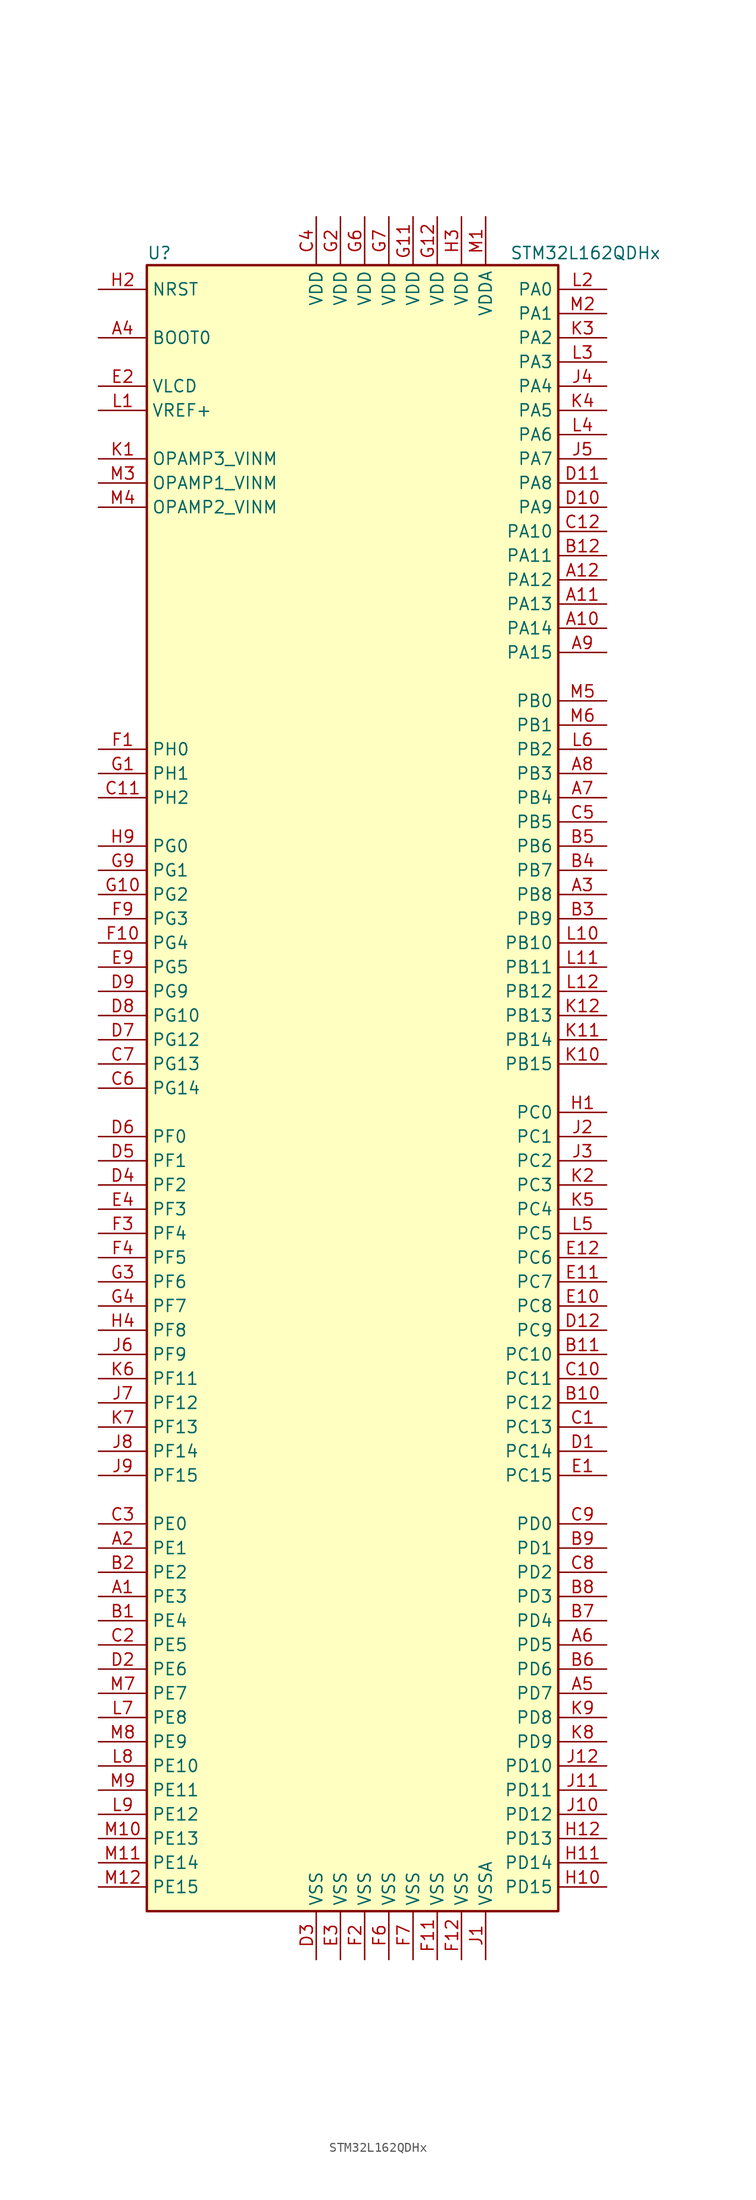
<source format=kicad_sym>
(kicad_symbol_lib
  (version 20201005)
  (generator kicad_symbol_editor)
  (symbol "STM32L162QDHx"
    (property "Reference" "U"
      (at -22.86 87.63 0)
      (effects (font (size 1.27 1.27)) (justify left)))
    (property "Value" "STM32L162QDHx"
      (at 15.24 87.63 0)
      (effects (font (size 1.27 1.27)) (justify left)))
    (symbol "STM32L162QDHx_0_1"
      (rectangle (start -22.86 -86.36) (end 20.32 86.36) (stroke (width 0.254)) (fill (type background))))
    (symbol "STM32L162QDHx_1_1"
      (pin bidirectional line (at -27.94 -53.34 0) (length 5.08) (name "PE3" (effects (font (size 1.27 1.27)))) (number "A1" (effects (font (size 1.27 1.27)))))
      (pin bidirectional line (at 25.4 48.26 180) (length 5.08) (name "PA14" (effects (font (size 1.27 1.27)))) (number "A10" (effects (font (size 1.27 1.27)))))
      (pin bidirectional line (at 25.4 50.8 180) (length 5.08) (name "PA13" (effects (font (size 1.27 1.27)))) (number "A11" (effects (font (size 1.27 1.27)))))
      (pin bidirectional line (at 25.4 53.34 180) (length 5.08) (name "PA12" (effects (font (size 1.27 1.27)))) (number "A12" (effects (font (size 1.27 1.27)))))
      (pin bidirectional line (at -27.94 -48.26 0) (length 5.08) (name "PE1" (effects (font (size 1.27 1.27)))) (number "A2" (effects (font (size 1.27 1.27)))))
      (pin bidirectional line (at 25.4 20.32 180) (length 5.08) (name "PB8" (effects (font (size 1.27 1.27)))) (number "A3" (effects (font (size 1.27 1.27)))))
      (pin input line (at -27.94 78.74 0) (length 5.08) (name "BOOT0" (effects (font (size 1.27 1.27)))) (number "A4" (effects (font (size 1.27 1.27)))))
      (pin bidirectional line (at 25.4 -63.5 180) (length 5.08) (name "PD7" (effects (font (size 1.27 1.27)))) (number "A5" (effects (font (size 1.27 1.27)))))
      (pin bidirectional line (at 25.4 -58.42 180) (length 5.08) (name "PD5" (effects (font (size 1.27 1.27)))) (number "A6" (effects (font (size 1.27 1.27)))))
      (pin bidirectional line (at 25.4 30.48 180) (length 5.08) (name "PB4" (effects (font (size 1.27 1.27)))) (number "A7" (effects (font (size 1.27 1.27)))))
      (pin bidirectional line (at 25.4 33.02 180) (length 5.08) (name "PB3" (effects (font (size 1.27 1.27)))) (number "A8" (effects (font (size 1.27 1.27)))))
      (pin bidirectional line (at 25.4 45.72 180) (length 5.08) (name "PA15" (effects (font (size 1.27 1.27)))) (number "A9" (effects (font (size 1.27 1.27)))))
      (pin bidirectional line (at -27.94 -55.88 0) (length 5.08) (name "PE4" (effects (font (size 1.27 1.27)))) (number "B1" (effects (font (size 1.27 1.27)))))
      (pin bidirectional line (at 25.4 -33.02 180) (length 5.08) (name "PC12" (effects (font (size 1.27 1.27)))) (number "B10" (effects (font (size 1.27 1.27)))))
      (pin bidirectional line (at 25.4 -27.94 180) (length 5.08) (name "PC10" (effects (font (size 1.27 1.27)))) (number "B11" (effects (font (size 1.27 1.27)))))
      (pin bidirectional line (at 25.4 55.88 180) (length 5.08) (name "PA11" (effects (font (size 1.27 1.27)))) (number "B12" (effects (font (size 1.27 1.27)))))
      (pin bidirectional line (at -27.94 -50.8 0) (length 5.08) (name "PE2" (effects (font (size 1.27 1.27)))) (number "B2" (effects (font (size 1.27 1.27)))))
      (pin bidirectional line (at 25.4 17.78 180) (length 5.08) (name "PB9" (effects (font (size 1.27 1.27)))) (number "B3" (effects (font (size 1.27 1.27)))))
      (pin bidirectional line (at 25.4 22.86 180) (length 5.08) (name "PB7" (effects (font (size 1.27 1.27)))) (number "B4" (effects (font (size 1.27 1.27)))))
      (pin bidirectional line (at 25.4 25.4 180) (length 5.08) (name "PB6" (effects (font (size 1.27 1.27)))) (number "B5" (effects (font (size 1.27 1.27)))))
      (pin bidirectional line (at 25.4 -60.96 180) (length 5.08) (name "PD6" (effects (font (size 1.27 1.27)))) (number "B6" (effects (font (size 1.27 1.27)))))
      (pin bidirectional line (at 25.4 -55.88 180) (length 5.08) (name "PD4" (effects (font (size 1.27 1.27)))) (number "B7" (effects (font (size 1.27 1.27)))))
      (pin bidirectional line (at 25.4 -53.34 180) (length 5.08) (name "PD3" (effects (font (size 1.27 1.27)))) (number "B8" (effects (font (size 1.27 1.27)))))
      (pin bidirectional line (at 25.4 -48.26 180) (length 5.08) (name "PD1" (effects (font (size 1.27 1.27)))) (number "B9" (effects (font (size 1.27 1.27)))))
      (pin bidirectional line (at 25.4 -35.56 180) (length 5.08) (name "PC13" (effects (font (size 1.27 1.27)))) (number "C1" (effects (font (size 1.27 1.27)))))
      (pin bidirectional line (at 25.4 -30.48 180) (length 5.08) (name "PC11" (effects (font (size 1.27 1.27)))) (number "C10" (effects (font (size 1.27 1.27)))))
      (pin bidirectional line (at -27.94 30.48 0) (length 5.08) (name "PH2" (effects (font (size 1.27 1.27)))) (number "C11" (effects (font (size 1.27 1.27)))))
      (pin bidirectional line (at 25.4 58.42 180) (length 5.08) (name "PA10" (effects (font (size 1.27 1.27)))) (number "C12" (effects (font (size 1.27 1.27)))))
      (pin bidirectional line (at -27.94 -58.42 0) (length 5.08) (name "PE5" (effects (font (size 1.27 1.27)))) (number "C2" (effects (font (size 1.27 1.27)))))
      (pin bidirectional line (at -27.94 -45.72 0) (length 5.08) (name "PE0" (effects (font (size 1.27 1.27)))) (number "C3" (effects (font (size 1.27 1.27)))))
      (pin power_in line (at -5.08 91.44 270) (length 5.08) (name "VDD" (effects (font (size 1.27 1.27)))) (number "C4" (effects (font (size 1.27 1.27)))))
      (pin bidirectional line (at 25.4 27.94 180) (length 5.08) (name "PB5" (effects (font (size 1.27 1.27)))) (number "C5" (effects (font (size 1.27 1.27)))))
      (pin bidirectional line (at -27.94 0 0) (length 5.08) (name "PG14" (effects (font (size 1.27 1.27)))) (number "C6" (effects (font (size 1.27 1.27)))))
      (pin bidirectional line (at -27.94 2.54 0) (length 5.08) (name "PG13" (effects (font (size 1.27 1.27)))) (number "C7" (effects (font (size 1.27 1.27)))))
      (pin bidirectional line (at 25.4 -50.8 180) (length 5.08) (name "PD2" (effects (font (size 1.27 1.27)))) (number "C8" (effects (font (size 1.27 1.27)))))
      (pin bidirectional line (at 25.4 -45.72 180) (length 5.08) (name "PD0" (effects (font (size 1.27 1.27)))) (number "C9" (effects (font (size 1.27 1.27)))))
      (pin bidirectional line (at 25.4 -38.1 180) (length 5.08) (name "PC14" (effects (font (size 1.27 1.27)))) (number "D1" (effects (font (size 1.27 1.27)))))
      (pin bidirectional line (at 25.4 60.96 180) (length 5.08) (name "PA9" (effects (font (size 1.27 1.27)))) (number "D10" (effects (font (size 1.27 1.27)))))
      (pin bidirectional line (at 25.4 63.5 180) (length 5.08) (name "PA8" (effects (font (size 1.27 1.27)))) (number "D11" (effects (font (size 1.27 1.27)))))
      (pin bidirectional line (at 25.4 -25.4 180) (length 5.08) (name "PC9" (effects (font (size 1.27 1.27)))) (number "D12" (effects (font (size 1.27 1.27)))))
      (pin bidirectional line (at -27.94 -60.96 0) (length 5.08) (name "PE6" (effects (font (size 1.27 1.27)))) (number "D2" (effects (font (size 1.27 1.27)))))
      (pin power_in line (at -5.08 -91.44 90) (length 5.08) (name "VSS" (effects (font (size 1.27 1.27)))) (number "D3" (effects (font (size 1.27 1.27)))))
      (pin bidirectional line (at -27.94 -10.16 0) (length 5.08) (name "PF2" (effects (font (size 1.27 1.27)))) (number "D4" (effects (font (size 1.27 1.27)))))
      (pin bidirectional line (at -27.94 -7.62 0) (length 5.08) (name "PF1" (effects (font (size 1.27 1.27)))) (number "D5" (effects (font (size 1.27 1.27)))))
      (pin bidirectional line (at -27.94 -5.08 0) (length 5.08) (name "PF0" (effects (font (size 1.27 1.27)))) (number "D6" (effects (font (size 1.27 1.27)))))
      (pin bidirectional line (at -27.94 5.08 0) (length 5.08) (name "PG12" (effects (font (size 1.27 1.27)))) (number "D7" (effects (font (size 1.27 1.27)))))
      (pin bidirectional line (at -27.94 7.62 0) (length 5.08) (name "PG10" (effects (font (size 1.27 1.27)))) (number "D8" (effects (font (size 1.27 1.27)))))
      (pin bidirectional line (at -27.94 10.16 0) (length 5.08) (name "PG9" (effects (font (size 1.27 1.27)))) (number "D9" (effects (font (size 1.27 1.27)))))
      (pin bidirectional line (at 25.4 -40.64 180) (length 5.08) (name "PC15" (effects (font (size 1.27 1.27)))) (number "E1" (effects (font (size 1.27 1.27)))))
      (pin bidirectional line (at 25.4 -22.86 180) (length 5.08) (name "PC8" (effects (font (size 1.27 1.27)))) (number "E10" (effects (font (size 1.27 1.27)))))
      (pin bidirectional line (at 25.4 -20.32 180) (length 5.08) (name "PC7" (effects (font (size 1.27 1.27)))) (number "E11" (effects (font (size 1.27 1.27)))))
      (pin bidirectional line (at 25.4 -17.78 180) (length 5.08) (name "PC6" (effects (font (size 1.27 1.27)))) (number "E12" (effects (font (size 1.27 1.27)))))
      (pin power_in line (at -27.94 73.66 0) (length 5.08) (name "VLCD" (effects (font (size 1.27 1.27)))) (number "E2" (effects (font (size 1.27 1.27)))))
      (pin power_in line (at -2.54 -91.44 90) (length 5.08) (name "VSS" (effects (font (size 1.27 1.27)))) (number "E3" (effects (font (size 1.27 1.27)))))
      (pin bidirectional line (at -27.94 -12.7 0) (length 5.08) (name "PF3" (effects (font (size 1.27 1.27)))) (number "E4" (effects (font (size 1.27 1.27)))))
      (pin bidirectional line (at -27.94 12.7 0) (length 5.08) (name "PG5" (effects (font (size 1.27 1.27)))) (number "E9" (effects (font (size 1.27 1.27)))))
      (pin input line (at -27.94 35.56 0) (length 5.08) (name "PH0" (effects (font (size 1.27 1.27)))) (number "F1" (effects (font (size 1.27 1.27)))))
      (pin bidirectional line (at -27.94 15.24 0) (length 5.08) (name "PG4" (effects (font (size 1.27 1.27)))) (number "F10" (effects (font (size 1.27 1.27)))))
      (pin power_in line (at 7.62 -91.44 90) (length 5.08) (name "VSS" (effects (font (size 1.27 1.27)))) (number "F11" (effects (font (size 1.27 1.27)))))
      (pin power_in line (at 10.16 -91.44 90) (length 5.08) (name "VSS" (effects (font (size 1.27 1.27)))) (number "F12" (effects (font (size 1.27 1.27)))))
      (pin power_in line (at 0 -91.44 90) (length 5.08) (name "VSS" (effects (font (size 1.27 1.27)))) (number "F2" (effects (font (size 1.27 1.27)))))
      (pin bidirectional line (at -27.94 -15.24 0) (length 5.08) (name "PF4" (effects (font (size 1.27 1.27)))) (number "F3" (effects (font (size 1.27 1.27)))))
      (pin bidirectional line (at -27.94 -17.78 0) (length 5.08) (name "PF5" (effects (font (size 1.27 1.27)))) (number "F4" (effects (font (size 1.27 1.27)))))
      (pin power_in line (at 2.54 -91.44 90) (length 5.08) (name "VSS" (effects (font (size 1.27 1.27)))) (number "F6" (effects (font (size 1.27 1.27)))))
      (pin power_in line (at 5.08 -91.44 90) (length 5.08) (name "VSS" (effects (font (size 1.27 1.27)))) (number "F7" (effects (font (size 1.27 1.27)))))
      (pin bidirectional line (at -27.94 17.78 0) (length 5.08) (name "PG3" (effects (font (size 1.27 1.27)))) (number "F9" (effects (font (size 1.27 1.27)))))
      (pin input line (at -27.94 33.02 0) (length 5.08) (name "PH1" (effects (font (size 1.27 1.27)))) (number "G1" (effects (font (size 1.27 1.27)))))
      (pin bidirectional line (at -27.94 20.32 0) (length 5.08) (name "PG2" (effects (font (size 1.27 1.27)))) (number "G10" (effects (font (size 1.27 1.27)))))
      (pin power_in line (at 5.08 91.44 270) (length 5.08) (name "VDD" (effects (font (size 1.27 1.27)))) (number "G11" (effects (font (size 1.27 1.27)))))
      (pin power_in line (at 7.62 91.44 270) (length 5.08) (name "VDD" (effects (font (size 1.27 1.27)))) (number "G12" (effects (font (size 1.27 1.27)))))
      (pin power_in line (at -2.54 91.44 270) (length 5.08) (name "VDD" (effects (font (size 1.27 1.27)))) (number "G2" (effects (font (size 1.27 1.27)))))
      (pin bidirectional line (at -27.94 -20.32 0) (length 5.08) (name "PF6" (effects (font (size 1.27 1.27)))) (number "G3" (effects (font (size 1.27 1.27)))))
      (pin bidirectional line (at -27.94 -22.86 0) (length 5.08) (name "PF7" (effects (font (size 1.27 1.27)))) (number "G4" (effects (font (size 1.27 1.27)))))
      (pin power_in line (at 0 91.44 270) (length 5.08) (name "VDD" (effects (font (size 1.27 1.27)))) (number "G6" (effects (font (size 1.27 1.27)))))
      (pin power_in line (at 2.54 91.44 270) (length 5.08) (name "VDD" (effects (font (size 1.27 1.27)))) (number "G7" (effects (font (size 1.27 1.27)))))
      (pin bidirectional line (at -27.94 22.86 0) (length 5.08) (name "PG1" (effects (font (size 1.27 1.27)))) (number "G9" (effects (font (size 1.27 1.27)))))
      (pin bidirectional line (at 25.4 -2.54 180) (length 5.08) (name "PC0" (effects (font (size 1.27 1.27)))) (number "H1" (effects (font (size 1.27 1.27)))))
      (pin bidirectional line (at 25.4 -83.82 180) (length 5.08) (name "PD15" (effects (font (size 1.27 1.27)))) (number "H10" (effects (font (size 1.27 1.27)))))
      (pin bidirectional line (at 25.4 -81.28 180) (length 5.08) (name "PD14" (effects (font (size 1.27 1.27)))) (number "H11" (effects (font (size 1.27 1.27)))))
      (pin bidirectional line (at 25.4 -78.74 180) (length 5.08) (name "PD13" (effects (font (size 1.27 1.27)))) (number "H12" (effects (font (size 1.27 1.27)))))
      (pin input line (at -27.94 83.82 0) (length 5.08) (name "NRST" (effects (font (size 1.27 1.27)))) (number "H2" (effects (font (size 1.27 1.27)))))
      (pin power_in line (at 10.16 91.44 270) (length 5.08) (name "VDD" (effects (font (size 1.27 1.27)))) (number "H3" (effects (font (size 1.27 1.27)))))
      (pin bidirectional line (at -27.94 -25.4 0) (length 5.08) (name "PF8" (effects (font (size 1.27 1.27)))) (number "H4" (effects (font (size 1.27 1.27)))))
      (pin bidirectional line (at -27.94 25.4 0) (length 5.08) (name "PG0" (effects (font (size 1.27 1.27)))) (number "H9" (effects (font (size 1.27 1.27)))))
      (pin power_in line (at 12.7 -91.44 90) (length 5.08) (name "VSSA" (effects (font (size 1.27 1.27)))) (number "J1" (effects (font (size 1.27 1.27)))))
      (pin bidirectional line (at 25.4 -76.2 180) (length 5.08) (name "PD12" (effects (font (size 1.27 1.27)))) (number "J10" (effects (font (size 1.27 1.27)))))
      (pin bidirectional line (at 25.4 -73.66 180) (length 5.08) (name "PD11" (effects (font (size 1.27 1.27)))) (number "J11" (effects (font (size 1.27 1.27)))))
      (pin bidirectional line (at 25.4 -71.12 180) (length 5.08) (name "PD10" (effects (font (size 1.27 1.27)))) (number "J12" (effects (font (size 1.27 1.27)))))
      (pin bidirectional line (at 25.4 -5.08 180) (length 5.08) (name "PC1" (effects (font (size 1.27 1.27)))) (number "J2" (effects (font (size 1.27 1.27)))))
      (pin bidirectional line (at 25.4 -7.62 180) (length 5.08) (name "PC2" (effects (font (size 1.27 1.27)))) (number "J3" (effects (font (size 1.27 1.27)))))
      (pin bidirectional line (at 25.4 73.66 180) (length 5.08) (name "PA4" (effects (font (size 1.27 1.27)))) (number "J4" (effects (font (size 1.27 1.27)))))
      (pin bidirectional line (at 25.4 66.04 180) (length 5.08) (name "PA7" (effects (font (size 1.27 1.27)))) (number "J5" (effects (font (size 1.27 1.27)))))
      (pin bidirectional line (at -27.94 -27.94 0) (length 5.08) (name "PF9" (effects (font (size 1.27 1.27)))) (number "J6" (effects (font (size 1.27 1.27)))))
      (pin bidirectional line (at -27.94 -33.02 0) (length 5.08) (name "PF12" (effects (font (size 1.27 1.27)))) (number "J7" (effects (font (size 1.27 1.27)))))
      (pin bidirectional line (at -27.94 -38.1 0) (length 5.08) (name "PF14" (effects (font (size 1.27 1.27)))) (number "J8" (effects (font (size 1.27 1.27)))))
      (pin bidirectional line (at -27.94 -40.64 0) (length 5.08) (name "PF15" (effects (font (size 1.27 1.27)))) (number "J9" (effects (font (size 1.27 1.27)))))
      (pin bidirectional line (at -27.94 66.04 0) (length 5.08) (name "OPAMP3_VINM" (effects (font (size 1.27 1.27)))) (number "K1" (effects (font (size 1.27 1.27)))))
      (pin bidirectional line (at 25.4 2.54 180) (length 5.08) (name "PB15" (effects (font (size 1.27 1.27)))) (number "K10" (effects (font (size 1.27 1.27)))))
      (pin bidirectional line (at 25.4 5.08 180) (length 5.08) (name "PB14" (effects (font (size 1.27 1.27)))) (number "K11" (effects (font (size 1.27 1.27)))))
      (pin bidirectional line (at 25.4 7.62 180) (length 5.08) (name "PB13" (effects (font (size 1.27 1.27)))) (number "K12" (effects (font (size 1.27 1.27)))))
      (pin bidirectional line (at 25.4 -10.16 180) (length 5.08) (name "PC3" (effects (font (size 1.27 1.27)))) (number "K2" (effects (font (size 1.27 1.27)))))
      (pin bidirectional line (at 25.4 78.74 180) (length 5.08) (name "PA2" (effects (font (size 1.27 1.27)))) (number "K3" (effects (font (size 1.27 1.27)))))
      (pin bidirectional line (at 25.4 71.12 180) (length 5.08) (name "PA5" (effects (font (size 1.27 1.27)))) (number "K4" (effects (font (size 1.27 1.27)))))
      (pin bidirectional line (at 25.4 -12.7 180) (length 5.08) (name "PC4" (effects (font (size 1.27 1.27)))) (number "K5" (effects (font (size 1.27 1.27)))))
      (pin bidirectional line (at -27.94 -30.48 0) (length 5.08) (name "PF11" (effects (font (size 1.27 1.27)))) (number "K6" (effects (font (size 1.27 1.27)))))
      (pin bidirectional line (at -27.94 -35.56 0) (length 5.08) (name "PF13" (effects (font (size 1.27 1.27)))) (number "K7" (effects (font (size 1.27 1.27)))))
      (pin bidirectional line (at 25.4 -68.58 180) (length 5.08) (name "PD9" (effects (font (size 1.27 1.27)))) (number "K8" (effects (font (size 1.27 1.27)))))
      (pin bidirectional line (at 25.4 -66.04 180) (length 5.08) (name "PD8" (effects (font (size 1.27 1.27)))) (number "K9" (effects (font (size 1.27 1.27)))))
      (pin power_in line (at -27.94 71.12 0) (length 5.08) (name "VREF+" (effects (font (size 1.27 1.27)))) (number "L1" (effects (font (size 1.27 1.27)))))
      (pin bidirectional line (at 25.4 15.24 180) (length 5.08) (name "PB10" (effects (font (size 1.27 1.27)))) (number "L10" (effects (font (size 1.27 1.27)))))
      (pin bidirectional line (at 25.4 12.7 180) (length 5.08) (name "PB11" (effects (font (size 1.27 1.27)))) (number "L11" (effects (font (size 1.27 1.27)))))
      (pin bidirectional line (at 25.4 10.16 180) (length 5.08) (name "PB12" (effects (font (size 1.27 1.27)))) (number "L12" (effects (font (size 1.27 1.27)))))
      (pin bidirectional line (at 25.4 83.82 180) (length 5.08) (name "PA0" (effects (font (size 1.27 1.27)))) (number "L2" (effects (font (size 1.27 1.27)))))
      (pin bidirectional line (at 25.4 76.2 180) (length 5.08) (name "PA3" (effects (font (size 1.27 1.27)))) (number "L3" (effects (font (size 1.27 1.27)))))
      (pin bidirectional line (at 25.4 68.58 180) (length 5.08) (name "PA6" (effects (font (size 1.27 1.27)))) (number "L4" (effects (font (size 1.27 1.27)))))
      (pin bidirectional line (at 25.4 -15.24 180) (length 5.08) (name "PC5" (effects (font (size 1.27 1.27)))) (number "L5" (effects (font (size 1.27 1.27)))))
      (pin bidirectional line (at 25.4 35.56 180) (length 5.08) (name "PB2" (effects (font (size 1.27 1.27)))) (number "L6" (effects (font (size 1.27 1.27)))))
      (pin bidirectional line (at -27.94 -66.04 0) (length 5.08) (name "PE8" (effects (font (size 1.27 1.27)))) (number "L7" (effects (font (size 1.27 1.27)))))
      (pin bidirectional line (at -27.94 -71.12 0) (length 5.08) (name "PE10" (effects (font (size 1.27 1.27)))) (number "L8" (effects (font (size 1.27 1.27)))))
      (pin bidirectional line (at -27.94 -76.2 0) (length 5.08) (name "PE12" (effects (font (size 1.27 1.27)))) (number "L9" (effects (font (size 1.27 1.27)))))
      (pin power_in line (at 12.7 91.44 270) (length 5.08) (name "VDDA" (effects (font (size 1.27 1.27)))) (number "M1" (effects (font (size 1.27 1.27)))))
      (pin bidirectional line (at -27.94 -78.74 0) (length 5.08) (name "PE13" (effects (font (size 1.27 1.27)))) (number "M10" (effects (font (size 1.27 1.27)))))
      (pin bidirectional line (at -27.94 -81.28 0) (length 5.08) (name "PE14" (effects (font (size 1.27 1.27)))) (number "M11" (effects (font (size 1.27 1.27)))))
      (pin bidirectional line (at -27.94 -83.82 0) (length 5.08) (name "PE15" (effects (font (size 1.27 1.27)))) (number "M12" (effects (font (size 1.27 1.27)))))
      (pin bidirectional line (at 25.4 81.28 180) (length 5.08) (name "PA1" (effects (font (size 1.27 1.27)))) (number "M2" (effects (font (size 1.27 1.27)))))
      (pin bidirectional line (at -27.94 63.5 0) (length 5.08) (name "OPAMP1_VINM" (effects (font (size 1.27 1.27)))) (number "M3" (effects (font (size 1.27 1.27)))))
      (pin bidirectional line (at -27.94 60.96 0) (length 5.08) (name "OPAMP2_VINM" (effects (font (size 1.27 1.27)))) (number "M4" (effects (font (size 1.27 1.27)))))
      (pin bidirectional line (at 25.4 40.64 180) (length 5.08) (name "PB0" (effects (font (size 1.27 1.27)))) (number "M5" (effects (font (size 1.27 1.27)))))
      (pin bidirectional line (at 25.4 38.1 180) (length 5.08) (name "PB1" (effects (font (size 1.27 1.27)))) (number "M6" (effects (font (size 1.27 1.27)))))
      (pin bidirectional line (at -27.94 -63.5 0) (length 5.08) (name "PE7" (effects (font (size 1.27 1.27)))) (number "M7" (effects (font (size 1.27 1.27)))))
      (pin bidirectional line (at -27.94 -68.58 0) (length 5.08) (name "PE9" (effects (font (size 1.27 1.27)))) (number "M8" (effects (font (size 1.27 1.27)))))
      (pin bidirectional line (at -27.94 -73.66 0) (length 5.08) (name "PE11" (effects (font (size 1.27 1.27)))) (number "M9" (effects (font (size 1.27 1.27))))))))
</source>
